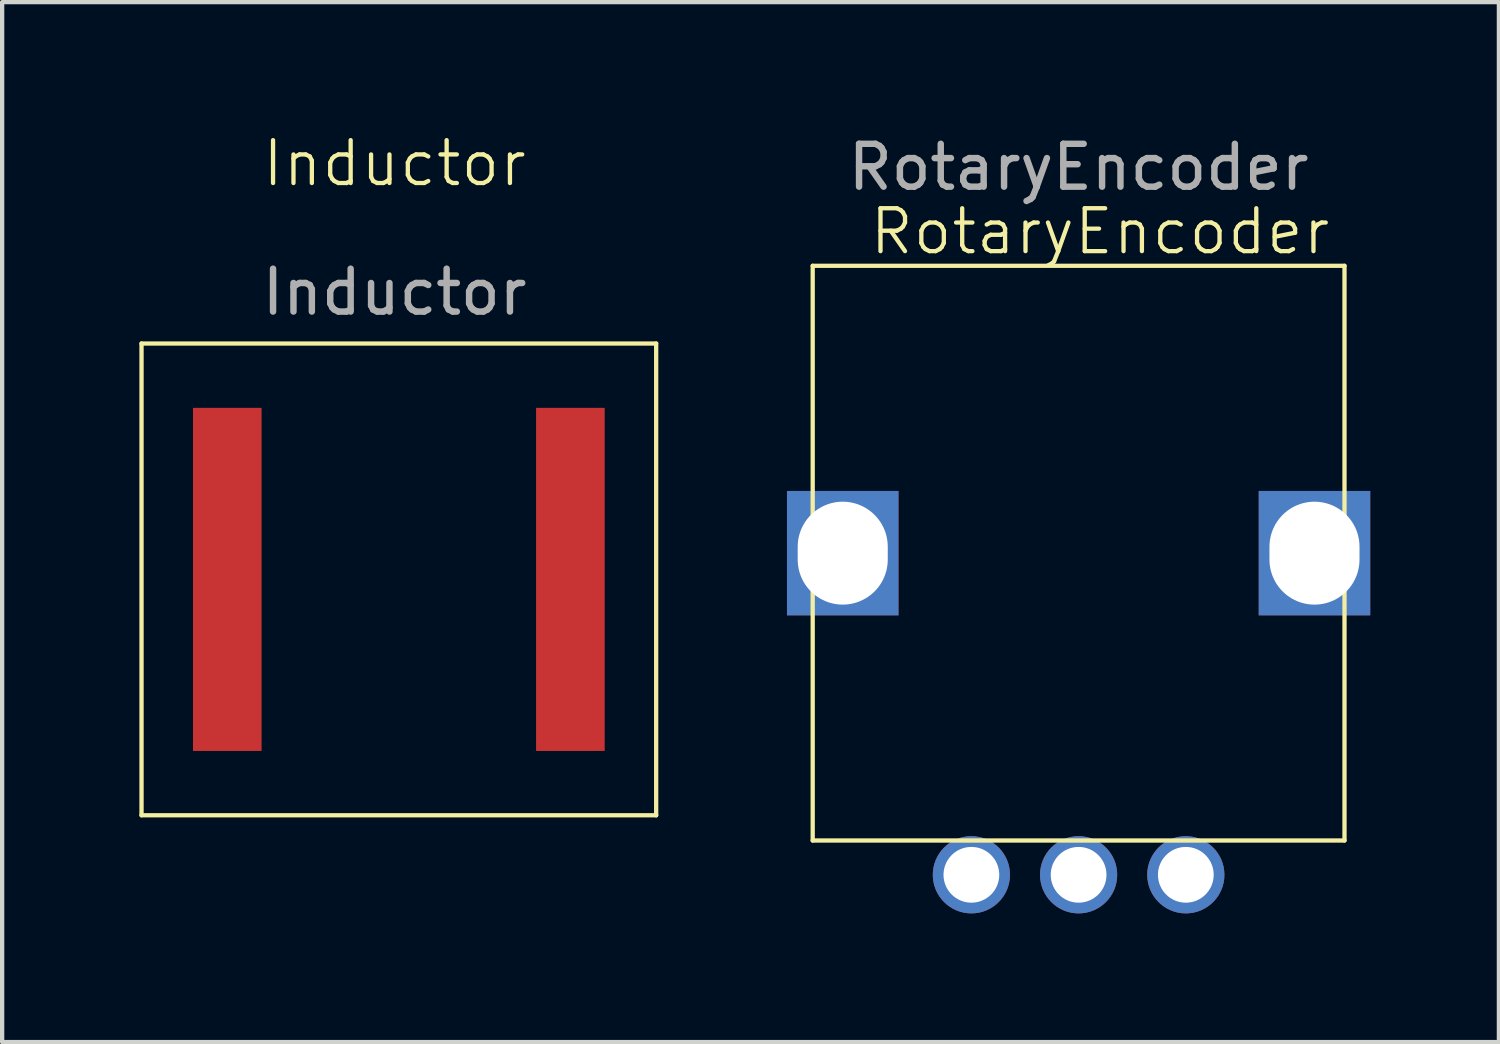
<source format=kicad_pcb>
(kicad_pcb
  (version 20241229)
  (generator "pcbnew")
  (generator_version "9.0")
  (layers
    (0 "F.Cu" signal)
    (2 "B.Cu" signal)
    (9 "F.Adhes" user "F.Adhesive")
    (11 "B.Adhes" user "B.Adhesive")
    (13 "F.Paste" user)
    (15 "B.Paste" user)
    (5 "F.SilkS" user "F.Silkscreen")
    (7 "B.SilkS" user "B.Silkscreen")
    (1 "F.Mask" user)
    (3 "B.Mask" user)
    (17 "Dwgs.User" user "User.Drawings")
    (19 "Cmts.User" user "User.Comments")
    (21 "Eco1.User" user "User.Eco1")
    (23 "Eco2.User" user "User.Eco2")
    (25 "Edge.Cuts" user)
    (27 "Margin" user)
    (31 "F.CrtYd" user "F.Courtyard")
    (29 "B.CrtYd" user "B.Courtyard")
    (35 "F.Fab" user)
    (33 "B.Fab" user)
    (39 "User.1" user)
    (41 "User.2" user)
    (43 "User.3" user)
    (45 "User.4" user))
  (footprint "RotaryEncoder"
    (layer "F.Cu")
    (at 15.9 3.148)
    (property "Reference" "RotaryEncoder" (at 6.7 -0.8 0) (unlocked yes) (layer "F.SilkS") (effects (font (size 1 1) (thickness 0.1))))
    (attr through_hole)
    (fp_line (start 0 0) (end 0 13.4) (stroke (width 0.1) (type default)) (layer "F.SilkS"))
    (fp_line (start 0 0) (end 12.4 0) (stroke (width 0.1) (type default)) (layer "F.SilkS"))
    (fp_line (start 12.4 0) (end 12.4 13.4) (stroke (width 0.1) (type default)) (layer "F.SilkS"))
    (fp_line (start 12.4 13.4) (end 0 13.4) (stroke (width 0.1) (type default)) (layer "F.SilkS"))
    (fp_text user "${REFERENCE}" (at 6.2 -2.3 0) (unlocked yes) (layer "F.Fab") (effects (font (size 1 1) (thickness 0.15))))
    (pad "A" thru_hole circle (at 3.7 14.2 90) (size 1.8 1.8) (drill 1.3) (layers "*.Cu" "*.Mask"))
    (pad "B" thru_hole circle (at 8.7 14.2 90) (size 1.8 1.8) (drill 1.3) (layers "*.Cu" "*.Mask"))
    (pad "C" thru_hole circle (at 6.2 14.2 90) (size 1.8 1.8) (drill 1.3) (layers "*.Cu" "*.Mask"))
    (pad "S1" thru_hole rect (at 0.7 6.7 90) (size 2.9 2.6) (drill oval 2.4 2.1) (layers "*.Cu" "*.Mask"))
    (pad "S2" thru_hole rect (at 11.7 6.7 90) (size 2.9 2.6) (drill oval 2.4 2.1) (layers "*.Cu" "*.Mask")))
  (footprint "Inductor"
    (layer "F.Cu")
    (at 0.25 4.96)
    (property "Reference" "Inductor" (at 5.9 -4.2 0) (unlocked yes) (layer "F.SilkS") (effects (font (size 1 1) (thickness 0.1))))
    (attr smd)
    (fp_line (start 0 0) (end 0 11) (stroke (width 0.1) (type default)) (layer "F.SilkS"))
    (fp_line (start 0 0) (end 12 0) (stroke (width 0.1) (type default)) (layer "F.SilkS"))
    (fp_line (start 12 0) (end 12 11) (stroke (width 0.1) (type default)) (layer "F.SilkS"))
    (fp_line (start 12 11) (end 0 11) (stroke (width 0.1) (type default)) (layer "F.SilkS"))
    (fp_text user "${REFERENCE}" (at 5.9 -1.2 0) (unlocked yes) (layer "F.Fab") (effects (font (size 1 1) (thickness 0.15))))
    (pad "1" smd rect (at 2 5.5 270) (size 8 1.6) (layers "F.Cu" "F.Mask" "F.Paste"))
    (pad "2" smd rect (at 10 5.5 270) (size 8 1.6) (layers "F.Cu" "F.Mask" "F.Paste")))
  (gr_rect
    (start -3 -3)
    (end 31.9 21.248)
    (stroke (width 0.1) (type default))
    (fill no)
    (layer "Edge.Cuts")))
</source>
